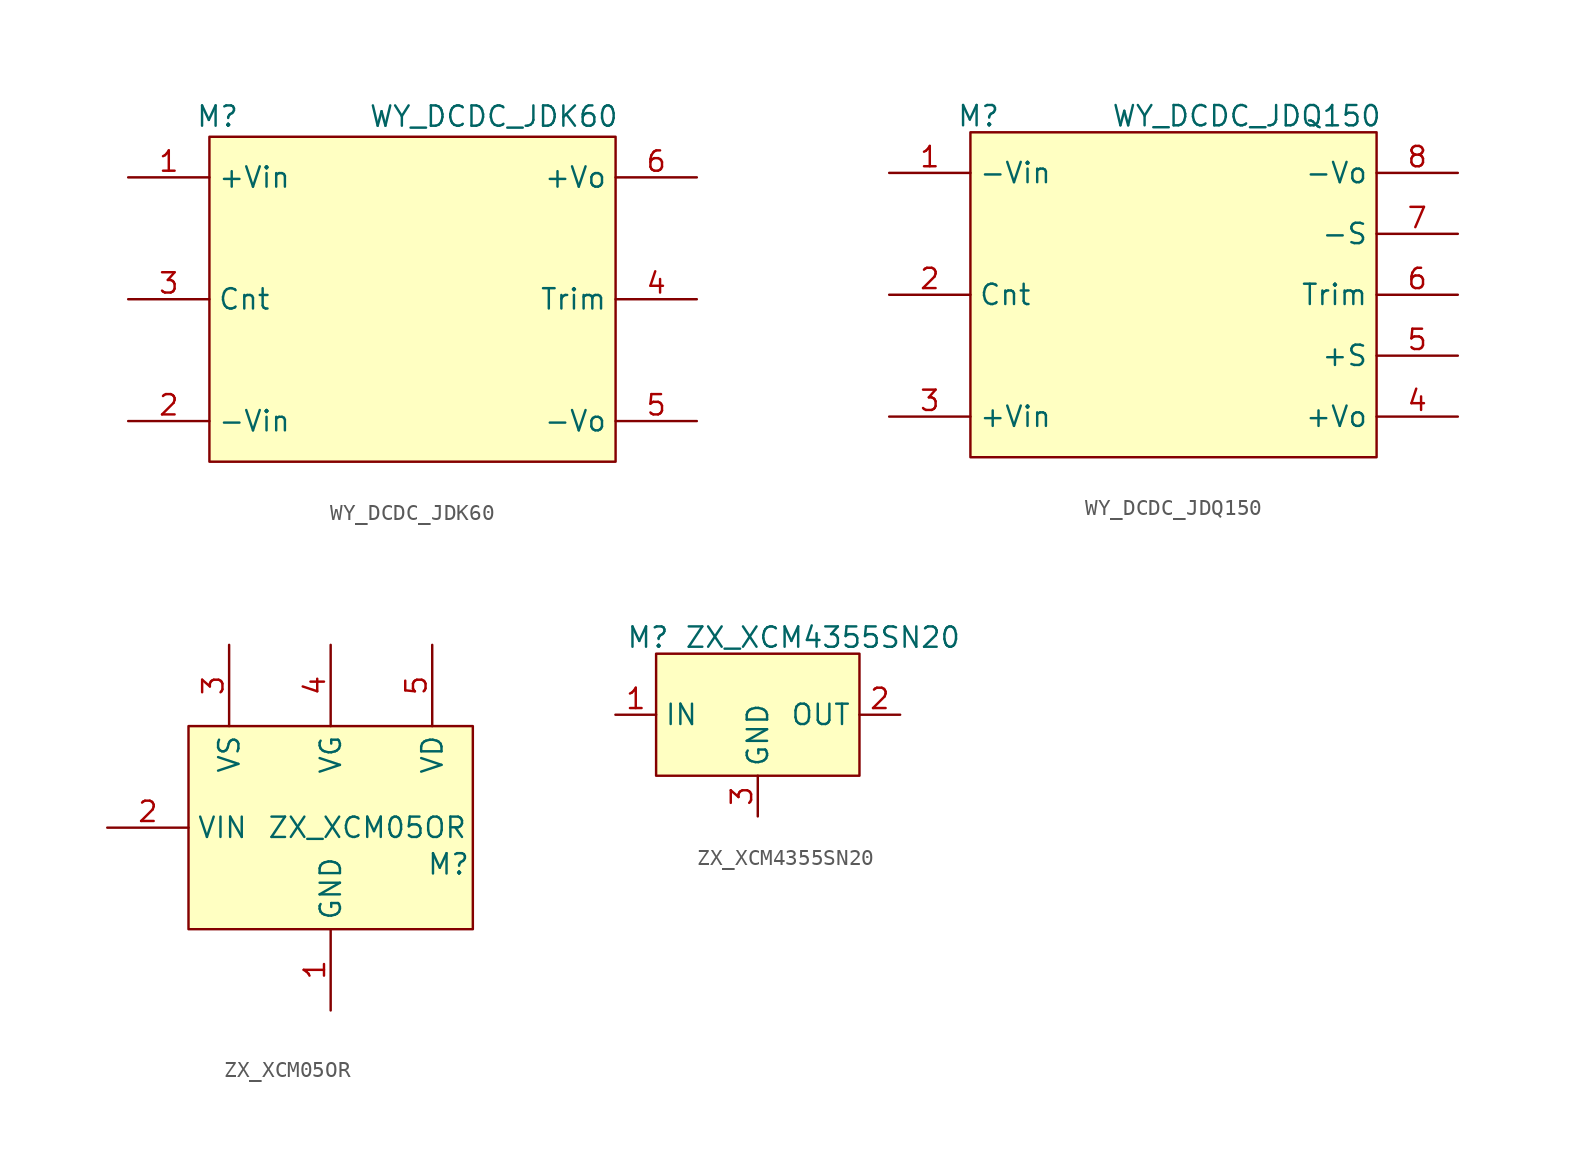
<source format=kicad_sym>
(kicad_symbol_lib
  (version 20241209)
  (generator "kicad_symbol_editor")
  (generator_version "9.0")
  (symbol "WY_DCDC_JDK60"
    (property "Reference" "M"
      (at -12.192 11.43 0)
      (effects (font (size 1.27 1.27))))
    (property "Value" "WY_DCDC_JDK60"
      (at 5.08 11.43 0)
      (effects (font (size 1.27 1.27))))
    (symbol "WY_DCDC_JDK60_1_1"
      (rectangle (start -12.7 10.16) (end 12.7 -10.16) (stroke (width 0) (type default)) (fill (type background)))
      (pin passive line (at -17.78 7.62 0) (length 5.08) (name "+Vin" (effects (font (size 1.27 1.27)))) (number "1" (effects (font (size 1.27 1.27)))))
      (pin passive line (at -17.78 0 0) (length 5.08) (name "Cnt" (effects (font (size 1.27 1.27)))) (number "3" (effects (font (size 1.27 1.27)))))
      (pin passive line (at -17.78 -7.62 0) (length 5.08) (name "-Vin" (effects (font (size 1.27 1.27)))) (number "2" (effects (font (size 1.27 1.27)))))
      (pin passive line (at 17.78 7.62 180) (length 5.08) (name "+Vo" (effects (font (size 1.27 1.27)))) (number "6" (effects (font (size 1.27 1.27)))))
      (pin passive line (at 17.78 0 180) (length 5.08) (name "Trim" (effects (font (size 1.27 1.27)))) (number "4" (effects (font (size 1.27 1.27)))))
      (pin passive line (at 17.78 -7.62 180) (length 5.08) (name "-Vo" (effects (font (size 1.27 1.27)))) (number "5" (effects (font (size 1.27 1.27)))))))
  (symbol "WY_DCDC_JDQ150"
    (property "Reference" "M"
      (at -12.192 11.176 0)
      (effects (font (size 1.27 1.27))))
    (property "Value" "WY_DCDC_JDQ150"
      (at 4.572 11.176 0)
      (effects (font (size 1.27 1.27))))
    (symbol "WY_DCDC_JDQ150_1_1"
      (rectangle (start -12.7 10.16) (end 12.7 -10.16) (stroke (width 0) (type default)) (fill (type background)))
      (pin passive line (at -17.78 7.62 0) (length 5.08) (name "-Vin" (effects (font (size 1.27 1.27)))) (number "1" (effects (font (size 1.27 1.27)))))
      (pin passive line (at -17.78 0 0) (length 5.08) (name "Cnt" (effects (font (size 1.27 1.27)))) (number "2" (effects (font (size 1.27 1.27)))))
      (pin passive line (at -17.78 -7.62 0) (length 5.08) (name "+Vin" (effects (font (size 1.27 1.27)))) (number "3" (effects (font (size 1.27 1.27)))))
      (pin passive line (at 17.78 7.62 180) (length 5.08) (name "-Vo" (effects (font (size 1.27 1.27)))) (number "8" (effects (font (size 1.27 1.27)))))
      (pin passive line (at 17.78 3.81 180) (length 5.08) (name "-S" (effects (font (size 1.27 1.27)))) (number "7" (effects (font (size 1.27 1.27)))))
      (pin passive line (at 17.78 0 180) (length 5.08) (name "Trim" (effects (font (size 1.27 1.27)))) (number "6" (effects (font (size 1.27 1.27)))))
      (pin passive line (at 17.78 -3.81 180) (length 5.08) (name "+S" (effects (font (size 1.27 1.27)))) (number "5" (effects (font (size 1.27 1.27)))))
      (pin passive line (at 17.78 -7.62 180) (length 5.08) (name "+Vo" (effects (font (size 1.27 1.27)))) (number "4" (effects (font (size 1.27 1.27)))))))
  (symbol "ZX_XCM05OR"
    (property "Reference" "M"
      (at 7.366 -2.286 0)
      (effects (font (size 1.27 1.27))))
    (property "Value" "ZX_XCM05OR"
      (at 2.286 0 0)
      (effects (font (size 1.27 1.27))))
    (symbol "ZX_XCM05OR_1_1"
      (rectangle (start -8.89 6.35) (end 8.89 -6.35) (stroke (width 0) (type default)) (fill (type background)))
      (pin passive line (at -13.97 0 0) (length 5.08) (name "VIN" (effects (font (size 1.27 1.27)))) (number "2" (effects (font (size 1.27 1.27)))))
      (pin passive line (at -6.35 11.43 270) (length 5.08) (name "VS" (effects (font (size 1.27 1.27)))) (number "3" (effects (font (size 1.27 1.27)))))
      (pin passive line (at 0 11.43 270) (length 5.08) (name "VG" (effects (font (size 1.27 1.27)))) (number "4" (effects (font (size 1.27 1.27)))))
      (pin passive line (at 0 -11.43 90) (length 5.08) (name "GND" (effects (font (size 1.27 1.27)))) (number "1" (effects (font (size 1.27 1.27)))))
      (pin passive line (at 0 -11.43 90) (length 5.08) (hide yes) (name "GND" (effects (font (size 1.27 1.27)))) (number "6" (effects (font (size 1.27 1.27)))))
      (pin passive line (at 6.35 11.43 270) (length 5.08) (name "VD" (effects (font (size 1.27 1.27)))) (number "5" (effects (font (size 1.27 1.27)))))))
  (symbol "ZX_XCM4355SN20"
    (property "Reference" "M"
      (at -6.858 4.826 0)
      (effects (font (size 1.27 1.27))))
    (property "Value" "ZX_XCM4355SN20"
      (at 4.064 4.826 0)
      (effects (font (size 1.27 1.27))))
    (symbol "ZX_XCM4355SN20_1_1"
      (rectangle (start -6.35 3.81) (end 6.35 -3.81) (stroke (width 0) (type default)) (fill (type background)))
      (pin passive line (at -8.89 0 0) (length 2.54) (name "IN" (effects (font (size 1.27 1.27)))) (number "1" (effects (font (size 1.27 1.27)))))
      (pin passive line (at 0 -6.35 90) (length 2.54) (name "GND" (effects (font (size 1.27 1.27)))) (number "3" (effects (font (size 1.27 1.27)))))
      (pin passive line (at 8.89 0 180) (length 2.54) (name "OUT" (effects (font (size 1.27 1.27)))) (number "2" (effects (font (size 1.27 1.27))))))))
</source>
